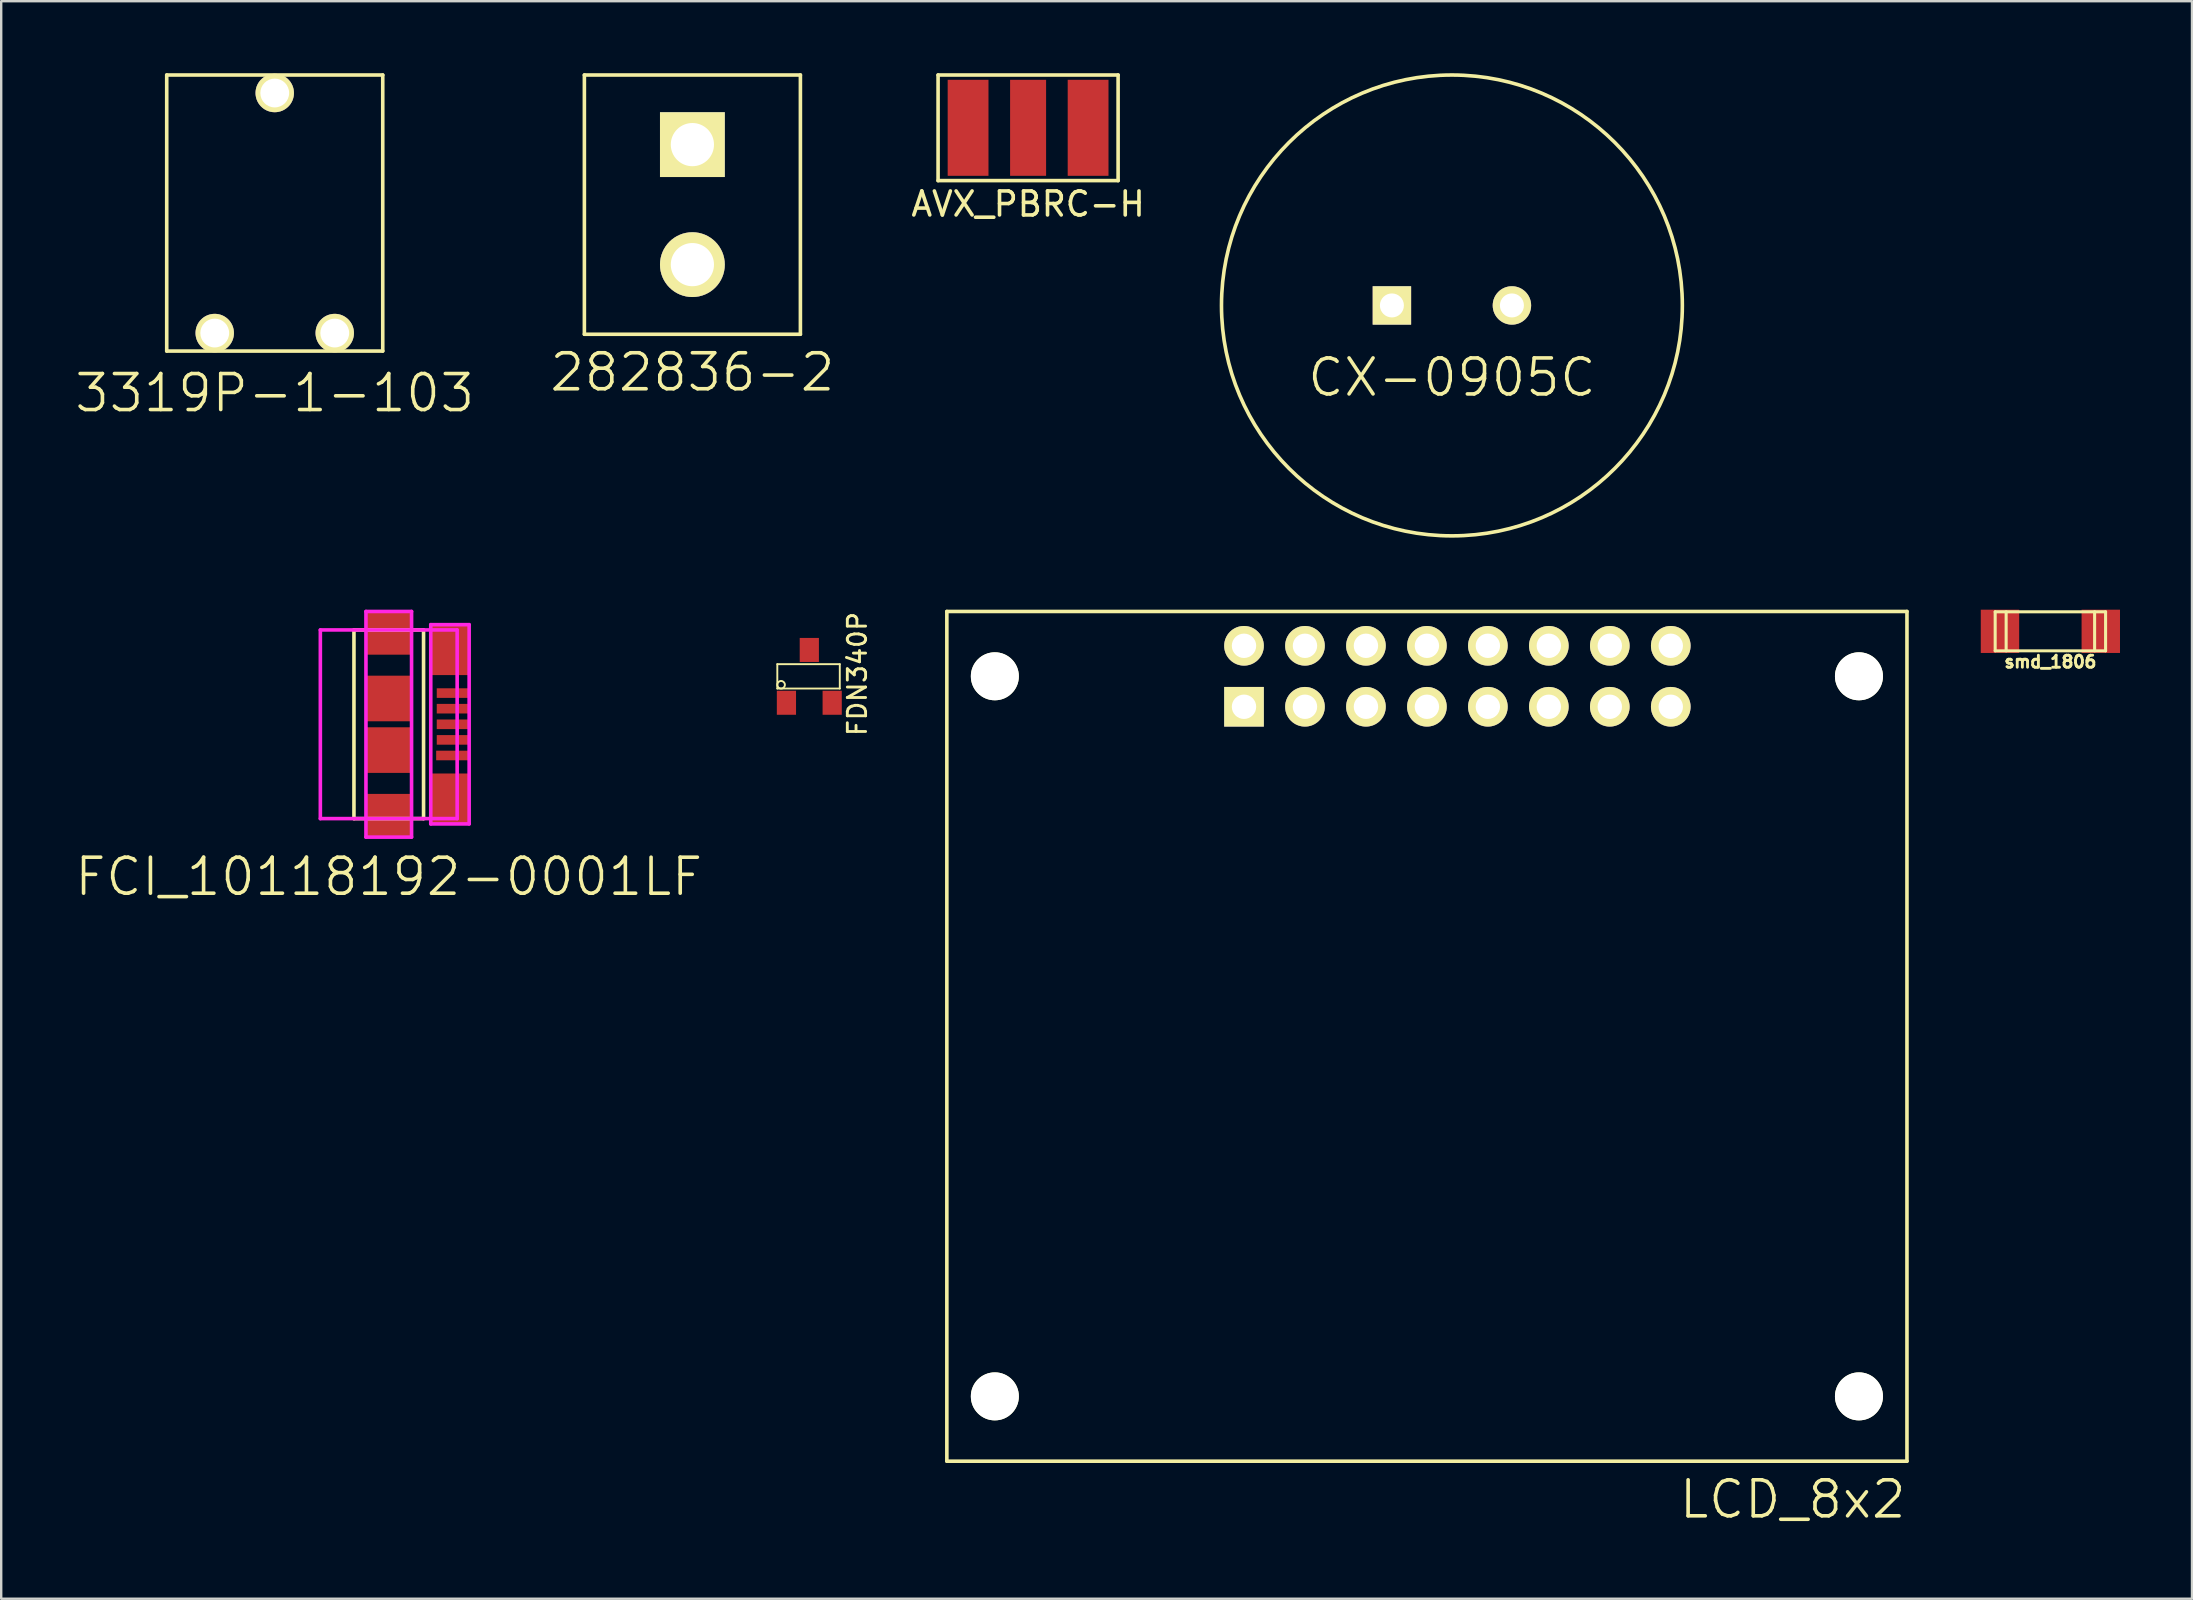
<source format=kicad_pcb>
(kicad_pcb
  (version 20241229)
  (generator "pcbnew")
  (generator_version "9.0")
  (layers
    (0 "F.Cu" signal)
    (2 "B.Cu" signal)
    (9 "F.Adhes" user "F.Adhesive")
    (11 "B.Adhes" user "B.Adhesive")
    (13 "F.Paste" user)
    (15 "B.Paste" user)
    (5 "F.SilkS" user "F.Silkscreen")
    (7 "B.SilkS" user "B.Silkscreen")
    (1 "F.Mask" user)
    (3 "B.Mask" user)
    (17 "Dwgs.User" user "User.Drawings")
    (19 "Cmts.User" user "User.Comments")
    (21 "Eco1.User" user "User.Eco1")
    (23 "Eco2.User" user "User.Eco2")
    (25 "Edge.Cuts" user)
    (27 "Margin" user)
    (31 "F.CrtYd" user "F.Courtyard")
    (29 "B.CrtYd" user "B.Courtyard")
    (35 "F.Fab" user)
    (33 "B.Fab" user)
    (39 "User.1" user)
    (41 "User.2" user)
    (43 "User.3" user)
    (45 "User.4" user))
  (footprint "CX-0905C"
    (layer "F.Cu")
    (at 57.439 9.675)
    (property "Reference" "CX-0905C" (at 0 3 0) (layer "F.SilkS") (effects (font (size 1.5 1.5) (thickness 0.15))))
    (attr through_hole)
    (fp_circle (center 0 0) (end 9.6 0) (stroke (width 0.15) (type solid)) (fill no) (layer "F.SilkS"))
    (pad "1" thru_hole rect (at -2.5 0) (size 1.6 1.6) (drill 1) (layers "*.Cu" "*.Mask" "F.SilkS"))
    (pad "2" thru_hole circle (at 2.5 0) (size 1.6 1.6) (drill 1) (layers "*.Cu" "*.Mask" "F.SilkS")))
  (footprint "FCI_10118192-0001LF"
    (layer "F.Cu")
    (at 13.146 27.125)
    (property "Reference" "FCI_10118192-0001LF" (at 0 6.35 0) (layer "F.SilkS") (effects (font (size 1.5 1.5) (thickness 0.15))))
    (attr through_hole)
    (fp_line (start -1.45 -3.93) (end 1.45 -3.93) (stroke (width 0.15) (type solid)) (layer "F.SilkS"))
    (fp_line (start -1.45 3.93) (end -1.45 -3.93) (stroke (width 0.15) (type solid)) (layer "F.SilkS"))
    (fp_line (start -1.45 3.93) (end 1.45 3.93) (stroke (width 0.15) (type solid)) (layer "F.SilkS"))
    (fp_line (start 1.45 -3.93) (end 1.45 3.93) (stroke (width 0.15) (type solid)) (layer "F.SilkS"))
    (fp_line (start -2.85 -3.93) (end -2.85 3.93) (stroke (width 0.15) (type solid)) (layer "F.CrtYd"))
    (fp_line (start -2.85 -3.93) (end 2.85 -3.93) (stroke (width 0.15) (type solid)) (layer "F.CrtYd"))
    (fp_line (start -2.85 3.93) (end 2.85 3.93) (stroke (width 0.15) (type solid)) (layer "F.CrtYd"))
    (fp_line (start -0.95 -4.7) (end -0.95 4.7) (stroke (width 0.15) (type solid)) (layer "F.CrtYd"))
    (fp_line (start -0.95 -4.7) (end 0.95 -4.7) (stroke (width 0.15) (type solid)) (layer "F.CrtYd"))
    (fp_line (start -0.95 4.7) (end 0.95 4.7) (stroke (width 0.15) (type solid)) (layer "F.CrtYd"))
    (fp_line (start 0.95 -4.7) (end 0.95 4.7) (stroke (width 0.15) (type solid)) (layer "F.CrtYd"))
    (fp_line (start 1.75 -4.15) (end 3.35 -4.15) (stroke (width 0.15) (type solid)) (layer "F.CrtYd"))
    (fp_line (start 1.75 4.15) (end 1.75 -4.15) (stroke (width 0.15) (type solid)) (layer "F.CrtYd"))
    (fp_line (start 2.85 -3.93) (end 2.85 3.93) (stroke (width 0.15) (type solid)) (layer "F.CrtYd"))
    (fp_line (start 3.35 -4.15) (end 3.35 4.15) (stroke (width 0.15) (type solid)) (layer "F.CrtYd"))
    (fp_line (start 3.35 4.15) (end 1.75 4.15) (stroke (width 0.15) (type solid)) (layer "F.CrtYd"))
    (pad "1" smd rect (at 2.675 -1.3) (size 1.35 0.4) (layers "F.Cu" "F.Mask" "F.Paste"))
    (pad "2" smd rect (at 2.675 -0.65) (size 1.35 0.4) (layers "F.Cu" "F.Mask" "F.Paste"))
    (pad "3" smd rect (at 2.675 0) (size 1.35 0.4) (layers "F.Cu" "F.Mask" "F.Paste"))
    (pad "4" smd rect (at 2.675 0.65) (size 1.35 0.4) (layers "F.Cu" "F.Mask" "F.Paste"))
    (pad "5" smd rect (at 2.65 1.3) (size 1.35 0.4) (layers "F.Cu" "F.Mask" "F.Paste"))
    (pad "6" smd rect (at 2.55 -3.1) (size 1.6 2.1) (layers "F.Cu" "F.Mask" "F.Paste"))
    (pad "7" smd rect (at 2.55 3.1) (size 1.6 2.1) (layers "F.Cu" "F.Mask" "F.Paste"))
    (pad "8" smd rect (at 0 -3.8) (size 1.9 1.8) (layers "F.Cu" "F.Mask" "F.Paste"))
    (pad "9" smd rect (at 0 -1.075) (size 1.9 1.9) (layers "F.Cu" "F.Mask" "F.Paste"))
    (pad "10" smd rect (at 0 1.075) (size 1.9 1.9) (layers "F.Cu" "F.Mask" "F.Paste"))
    (pad "11" smd rect (at 0 3.8) (size 1.9 1.8) (layers "F.Cu" "F.Mask" "F.Paste")))
  (footprint "LCD_8x2"
    (layer "F.Cu")
    (at 56.397 39.095)
    (property "Reference" "LCD_8x2" (at 15.24 20.32 0) (layer "F.SilkS") (effects (font (size 1.5 1.5) (thickness 0.15))))
    (attr through_hole)
    (fp_line (start -20 -16.67) (end -20 18.73) (stroke (width 0.15) (type solid)) (layer "F.SilkS"))
    (fp_line (start -20 -16.67) (end 20 -16.67) (stroke (width 0.15) (type solid)) (layer "F.SilkS"))
    (fp_line (start 20 -16.67) (end 20 18.73) (stroke (width 0.15) (type solid)) (layer "F.SilkS"))
    (fp_line (start 20 18.73) (end -20 18.73) (stroke (width 0.15) (type solid)) (layer "F.SilkS"))
    (pad "" np_thru_hole circle (at -18 -13.97) (size 2 2) (drill 2) (layers "*.Cu" "*.Mask" "F.SilkS"))
    (pad "" np_thru_hole circle (at -18 16.03) (size 2 2) (drill 2) (layers "*.Cu" "*.Mask" "F.SilkS"))
    (pad "" np_thru_hole circle (at 18 -13.97) (size 2 2) (drill 2) (layers "*.Cu" "*.Mask" "F.SilkS"))
    (pad "" np_thru_hole circle (at 18 16.03) (size 2 2) (drill 2) (layers "*.Cu" "*.Mask" "F.SilkS"))
    (pad "1" thru_hole rect (at -7.62 -12.7) (size 1.651 1.651) (drill 1.016) (layers "*.Cu" "*.Mask" "F.SilkS"))
    (pad "2" thru_hole circle (at -7.62 -15.24) (size 1.651 1.651) (drill 1.016) (layers "*.Cu" "*.Mask" "F.SilkS"))
    (pad "3" thru_hole circle (at -5.08 -12.7) (size 1.651 1.651) (drill 1.016) (layers "*.Cu" "*.Mask" "F.SilkS"))
    (pad "4" thru_hole circle (at -5.08 -15.24) (size 1.651 1.651) (drill 1.016) (layers "*.Cu" "*.Mask" "F.SilkS"))
    (pad "5" thru_hole circle (at -2.54 -12.7) (size 1.651 1.651) (drill 1.016) (layers "*.Cu" "*.Mask" "F.SilkS"))
    (pad "6" thru_hole circle (at -2.54 -15.24) (size 1.651 1.651) (drill 1.016) (layers "*.Cu" "*.Mask" "F.SilkS"))
    (pad "7" thru_hole circle (at 0 -12.7) (size 1.651 1.651) (drill 1.016) (layers "*.Cu" "*.Mask" "F.SilkS"))
    (pad "8" thru_hole circle (at 0 -15.24) (size 1.651 1.651) (drill 1.016) (layers "*.Cu" "*.Mask" "F.SilkS"))
    (pad "9" thru_hole circle (at 2.54 -12.7) (size 1.651 1.651) (drill 1.016) (layers "*.Cu" "*.Mask" "F.SilkS"))
    (pad "10" thru_hole circle (at 2.54 -15.24) (size 1.651 1.651) (drill 1.016) (layers "*.Cu" "*.Mask" "F.SilkS"))
    (pad "11" thru_hole circle (at 5.08 -12.7) (size 1.651 1.651) (drill 1.016) (layers "*.Cu" "*.Mask" "F.SilkS"))
    (pad "12" thru_hole circle (at 5.08 -15.24) (size 1.651 1.651) (drill 1.016) (layers "*.Cu" "*.Mask" "F.SilkS"))
    (pad "13" thru_hole circle (at 7.62 -12.7) (size 1.651 1.651) (drill 1.016) (layers "*.Cu" "*.Mask" "F.SilkS"))
    (pad "14" thru_hole circle (at 7.62 -15.24) (size 1.651 1.651) (drill 1.016) (layers "*.Cu" "*.Mask" "F.SilkS"))
    (pad "15" thru_hole circle (at 10.16 -12.7) (size 1.651 1.651) (drill 1.016) (layers "*.Cu" "*.Mask" "F.SilkS"))
    (pad "16" thru_hole circle (at 10.16 -15.24) (size 1.651 1.651) (drill 1.016) (layers "*.Cu" "*.Mask" "F.SilkS")))
  (footprint "FDN340P"
    (layer "F.Cu")
    (at 30.667 25.128)
    (property "Reference" "FDN340P" (at 1.999 -0.099 90) (layer "F.SilkS") (effects (font (size 0.762 0.762) (thickness 0.119))))
    (attr through_hole)
    (fp_line (start -1.333 -0.508) (end -1.333 0.508) (stroke (width 0.079) (type solid)) (layer "F.SilkS"))
    (fp_line (start -1.333 -0.508) (end 1.27 -0.508) (stroke (width 0.079) (type solid)) (layer "F.SilkS"))
    (fp_line (start 1.27 -0.508) (end 1.27 0.508) (stroke (width 0.079) (type solid)) (layer "F.SilkS"))
    (fp_line (start 1.27 0.508) (end -1.333 0.508) (stroke (width 0.079) (type solid)) (layer "F.SilkS"))
    (fp_circle (center -1.176 0.351) (end -1.3 0.45) (stroke (width 0.079) (type solid)) (fill no) (layer "F.SilkS"))
    (pad "D" smd rect (at 0.953 1.1) (size 0.8 1.001) (layers "F.Cu" "F.Mask" "F.Paste"))
    (pad "G" smd rect (at 0 -1.1) (size 0.8 1.001) (layers "F.Cu" "F.Mask" "F.Paste"))
    (pad "S" smd rect (at -0.953 1.1) (size 0.8 1.001) (layers "F.Cu" "F.Mask" "F.Paste")))
  (footprint "AVX_PBRC-H"
    (layer "F.Cu")
    (at 39.782 2.275)
    (property "Reference" "AVX_PBRC-H" (at 0 3.175 0) (layer "F.SilkS") (effects (font (size 1 1) (thickness 0.15))))
    (attr through_hole)
    (fp_line (start -3.75 -2.2) (end -3.75 2.2) (stroke (width 0.15) (type solid)) (layer "F.SilkS"))
    (fp_line (start -3.75 -2.2) (end 3.75 -2.2) (stroke (width 0.15) (type solid)) (layer "F.SilkS"))
    (fp_line (start -3.75 2.2) (end 3.75 2.2) (stroke (width 0.15) (type solid)) (layer "F.SilkS"))
    (fp_line (start 3.75 -2.2) (end 3.75 2.2) (stroke (width 0.15) (type solid)) (layer "F.SilkS"))
    (pad "1" smd rect (at -2.5 0) (size 1.7 4) (layers "F.Cu" "F.Mask" "F.Paste"))
    (pad "2" smd rect (at 0 0) (size 1.5 4) (layers "F.Cu" "F.Mask" "F.Paste"))
    (pad "3" smd rect (at 2.5 0) (size 1.7 4) (layers "F.Cu" "F.Mask" "F.Paste")))
  (footprint "3319P-1-103"
    (layer "F.Cu")
    (at 8.396 5.825)
    (property "Reference" "3319P-1-103" (at 0 7.5 0) (layer "F.SilkS") (effects (font (size 1.5 1.5) (thickness 0.15))))
    (attr through_hole)
    (fp_line (start -4.5 -5.75) (end -4.5 5.75) (stroke (width 0.15) (type solid)) (layer "F.SilkS"))
    (fp_line (start -4.5 -5.75) (end 4.5 -5.75) (stroke (width 0.15) (type solid)) (layer "F.SilkS"))
    (fp_line (start -4.5 5.75) (end 4.5 5.75) (stroke (width 0.15) (type solid)) (layer "F.SilkS"))
    (fp_line (start 4.5 -5.75) (end 4.5 5.75) (stroke (width 0.15) (type solid)) (layer "F.SilkS"))
    (pad "1" thru_hole circle (at -2.5 5) (size 1.6 1.6) (drill 1.2) (layers "*.Cu" "*.Mask" "F.SilkS"))
    (pad "2" thru_hole circle (at 0 -5) (size 1.6 1.6) (drill 1.2) (layers "*.Cu" "*.Mask" "F.SilkS"))
    (pad "3" thru_hole circle (at 2.5 5) (size 1.6 1.6) (drill 1.2) (layers "*.Cu" "*.Mask" "F.SilkS")))
  (footprint "smd_1806"
    (layer "F.Cu")
    (at 82.372 23.252)
    (property "Reference" "smd_1806" (at 0 1.27 0) (layer "F.SilkS") (effects (font (size 0.5 0.5) (thickness 0.119))))
    (attr through_hole)
    (fp_line (start -2.3 -0.813) (end -2.3 0.813) (stroke (width 0.127) (type solid)) (layer "F.SilkS"))
    (fp_line (start -2.3 0.813) (end 2.3 0.813) (stroke (width 0.127) (type solid)) (layer "F.SilkS"))
    (fp_line (start -1.843 -0.813) (end -1.843 0.813) (stroke (width 0.127) (type solid)) (layer "F.SilkS"))
    (fp_line (start 1.843 0.813) (end 1.843 -0.813) (stroke (width 0.127) (type solid)) (layer "F.SilkS"))
    (fp_line (start 2.3 -0.813) (end -2.3 -0.813) (stroke (width 0.127) (type solid)) (layer "F.SilkS"))
    (fp_line (start 2.3 0.813) (end 2.3 -0.813) (stroke (width 0.127) (type solid)) (layer "F.SilkS"))
    (pad "1" smd rect (at 2.1 0) (size 1.6 1.803) (layers "F.Cu" "F.Mask" "F.Paste"))
    (pad "2" smd rect (at -2.1 0) (size 1.6 1.803) (layers "F.Cu" "F.Mask" "F.Paste")))
  (footprint "282836-2"
    (layer "F.Cu")
    (at 25.796 5.475)
    (property "Reference" "282836-2" (at 0 6.985 0) (layer "F.SilkS") (effects (font (size 1.5 1.5) (thickness 0.15))))
    (attr through_hole)
    (fp_line (start -4.5 -5.4) (end 4.5 -5.4) (stroke (width 0.15) (type solid)) (layer "F.SilkS"))
    (fp_line (start -4.5 5.4) (end -4.5 -5.4) (stroke (width 0.15) (type solid)) (layer "F.SilkS"))
    (fp_line (start 4.5 -5.4) (end 4.5 5.4) (stroke (width 0.15) (type solid)) (layer "F.SilkS"))
    (fp_line (start 4.5 5.4) (end -4.5 5.4) (stroke (width 0.15) (type solid)) (layer "F.SilkS"))
    (pad "1" thru_hole rect (at 0 -2.5) (size 2.7 2.7) (drill 1.8) (layers "*.Cu" "*.Mask" "F.SilkS"))
    (pad "2" thru_hole circle (at 0 2.5) (size 2.7 2.7) (drill 1.8) (layers "*.Cu" "*.Mask" "F.SilkS")))
  (gr_rect
    (start -3 -3)
    (end 88.272 63.556)
    (stroke (width 0.1) (type default))
    (fill no)
    (layer "Edge.Cuts")))
</source>
